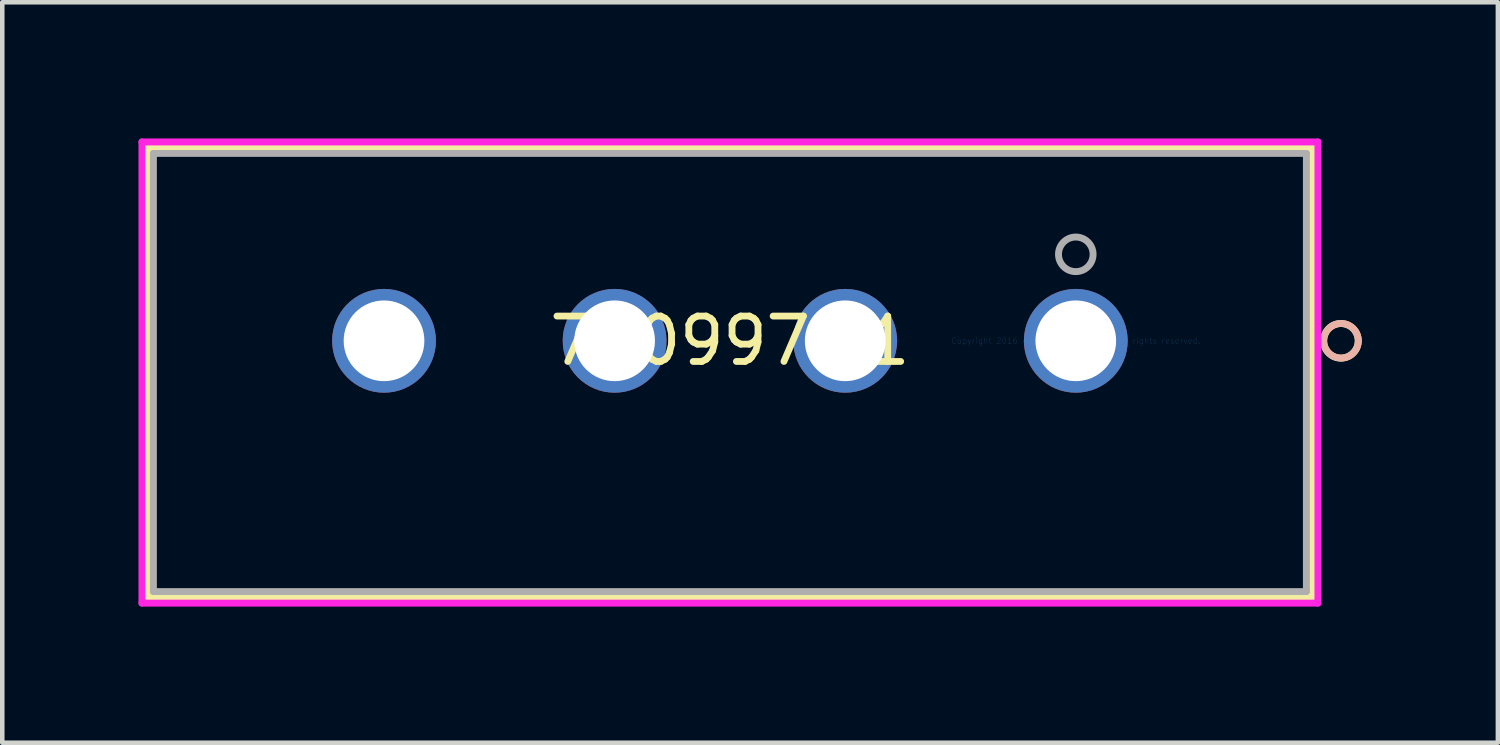
<source format=kicad_pcb>
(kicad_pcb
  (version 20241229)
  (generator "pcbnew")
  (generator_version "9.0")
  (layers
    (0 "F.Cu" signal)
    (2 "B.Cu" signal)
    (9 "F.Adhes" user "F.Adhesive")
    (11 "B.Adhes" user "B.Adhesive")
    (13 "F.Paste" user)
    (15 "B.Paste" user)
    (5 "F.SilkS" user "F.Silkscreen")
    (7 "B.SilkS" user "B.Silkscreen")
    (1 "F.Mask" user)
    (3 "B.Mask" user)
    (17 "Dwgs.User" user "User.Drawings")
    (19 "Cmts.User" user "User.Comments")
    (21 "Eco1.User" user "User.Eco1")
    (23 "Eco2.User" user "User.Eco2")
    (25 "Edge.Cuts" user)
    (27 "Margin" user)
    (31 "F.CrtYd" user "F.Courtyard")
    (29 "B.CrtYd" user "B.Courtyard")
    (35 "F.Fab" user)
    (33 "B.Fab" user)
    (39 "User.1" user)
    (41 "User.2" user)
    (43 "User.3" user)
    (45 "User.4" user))
  (footprint "770997-1"
    (layer "F.Cu")
    (at 20.65 4.458)
    (property "Reference" "770997-1" (at -7.62 0 0) (layer "F.SilkS") (effects (font (size 1 1) (thickness 0.15))))
    (attr through_hole)
    (fp_line (start -20.447 -4.255) (end -20.447 5.652) (stroke (width 0.152) (type solid)) (layer "F.SilkS"))
    (fp_line (start -20.447 5.652) (end 5.207 5.652) (stroke (width 0.152) (type solid)) (layer "F.SilkS"))
    (fp_line (start 5.207 -4.255) (end -20.447 -4.255) (stroke (width 0.152) (type solid)) (layer "F.SilkS"))
    (fp_line (start 5.207 5.652) (end 5.207 -4.255) (stroke (width 0.152) (type solid)) (layer "F.SilkS"))
    (fp_circle (center 5.842 0) (end 6.223 0) (stroke (width 0.152) (type solid)) (fill no) (layer "F.SilkS"))
    (fp_circle (center 5.842 0) (end 6.223 0) (stroke (width 0.152) (type solid)) (fill no) (layer "B.SilkS"))
    (fp_line (start -20.574 -4.381) (end -20.574 5.779) (stroke (width 0.152) (type solid)) (layer "F.CrtYd"))
    (fp_line (start -20.574 5.779) (end 5.334 5.779) (stroke (width 0.152) (type solid)) (layer "F.CrtYd"))
    (fp_line (start 5.334 -4.381) (end -20.574 -4.381) (stroke (width 0.152) (type solid)) (layer "F.CrtYd"))
    (fp_line (start 5.334 5.779) (end 5.334 -4.381) (stroke (width 0.152) (type solid)) (layer "F.CrtYd"))
    (fp_line (start -20.32 -4.128) (end -20.32 5.524) (stroke (width 0.152) (type solid)) (layer "F.Fab"))
    (fp_line (start -20.32 5.524) (end 5.08 5.524) (stroke (width 0.152) (type solid)) (layer "F.Fab"))
    (fp_line (start 5.08 -4.128) (end -20.32 -4.128) (stroke (width 0.152) (type solid)) (layer "F.Fab"))
    (fp_line (start 5.08 5.524) (end 5.08 -4.128) (stroke (width 0.152) (type solid)) (layer "F.Fab"))
    (fp_circle (center 0 -1.905) (end 0.381 -1.905) (stroke (width 0.152) (type solid)) (fill no) (layer "F.Fab"))
    (fp_text user "*" (at 0 0 0) (layer "F.SilkS") (effects (font (size 1 1) (thickness 0.15))))
    (fp_text user "Copyright 2016 Accelerated Designs. All rights reserved." (at 0 0 0) (layer "Cmts.User") (effects (font (size 0.127 0.127) (thickness 0.002))))
    (fp_text user "*" (at 0 0 0) (layer "F.Fab") (effects (font (size 1 1) (thickness 0.15))))
    (pad "1" thru_hole circle (at 0 0) (size 2.286 2.286) (drill 1.778) (layers "*.Cu" "*.Mask"))
    (pad "2" thru_hole circle (at -5.08 0) (size 2.286 2.286) (drill 1.778) (layers "*.Cu" "*.Mask"))
    (pad "3" thru_hole circle (at -10.16 0) (size 2.286 2.286) (drill 1.778) (layers "*.Cu" "*.Mask"))
    (pad "4" thru_hole circle (at -15.24 0) (size 2.286 2.286) (drill 1.778) (layers "*.Cu" "*.Mask")))
  (gr_rect
    (start -3 -3)
    (end 29.949 13.312)
    (stroke (width 0.1) (type default))
    (fill no)
    (layer "Edge.Cuts")))
</source>
